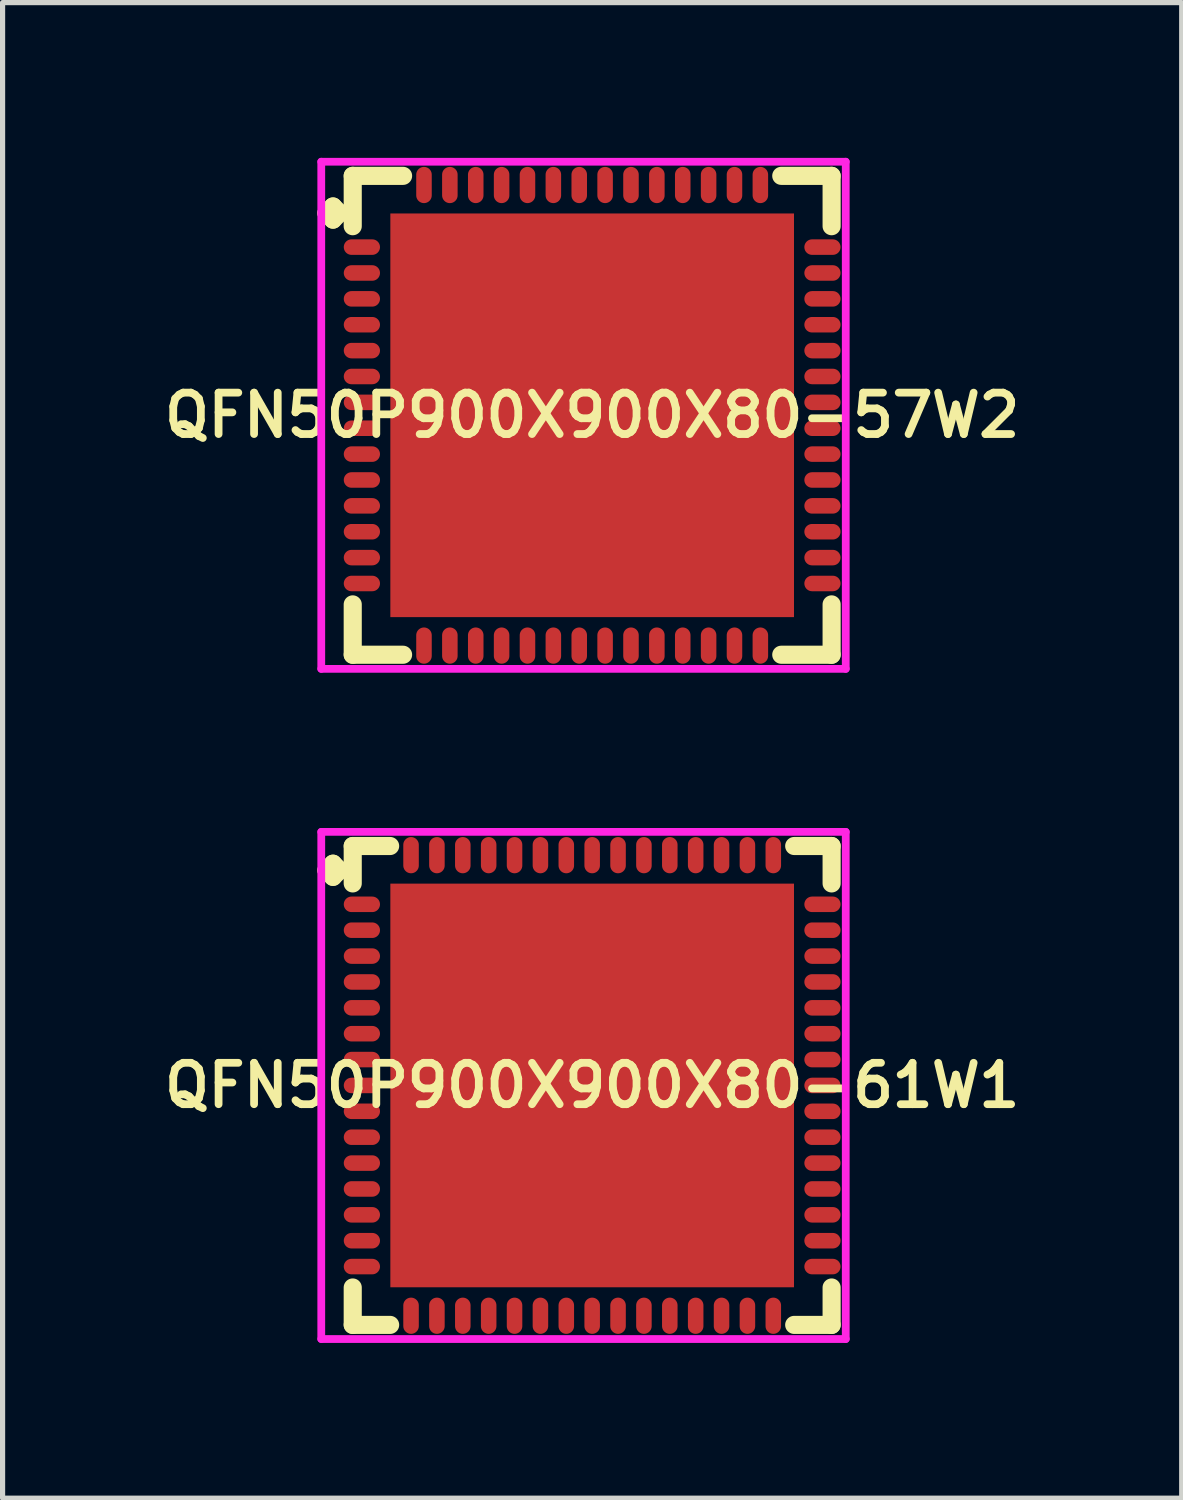
<source format=kicad_pcb>
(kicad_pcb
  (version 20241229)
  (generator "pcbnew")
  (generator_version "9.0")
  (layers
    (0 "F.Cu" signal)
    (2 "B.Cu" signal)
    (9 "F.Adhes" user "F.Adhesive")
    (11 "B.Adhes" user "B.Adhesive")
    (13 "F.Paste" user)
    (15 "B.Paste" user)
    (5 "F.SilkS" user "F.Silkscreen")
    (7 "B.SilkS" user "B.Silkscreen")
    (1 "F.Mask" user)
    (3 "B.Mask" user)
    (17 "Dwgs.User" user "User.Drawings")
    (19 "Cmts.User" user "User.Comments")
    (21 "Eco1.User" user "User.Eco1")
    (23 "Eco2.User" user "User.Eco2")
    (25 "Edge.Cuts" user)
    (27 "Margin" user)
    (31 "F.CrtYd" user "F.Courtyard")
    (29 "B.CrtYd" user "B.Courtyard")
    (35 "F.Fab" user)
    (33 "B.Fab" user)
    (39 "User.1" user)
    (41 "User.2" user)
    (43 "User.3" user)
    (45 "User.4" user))
  (footprint "QFN50P900X900X80-61W1"
    (layer "F.Cu")
    (at 8.393 17.925)
    (property "Reference" "QFN50P900X900X80-61W1" (at 0 0 0) (layer "F.SilkS") (effects (font (size 0.8 0.8) (thickness 0.15))))
    (attr smd)
    (fp_line (start -5.135 -4.158) (end -5.008 -4.285) (stroke (width 0.35) (type solid)) (layer "F.SilkS"))
    (fp_line (start -5.008 -4.285) (end -4.881 -4.158) (stroke (width 0.35) (type solid)) (layer "F.SilkS"))
    (fp_line (start -5.008 -4.031) (end -5.135 -4.158) (stroke (width 0.35) (type solid)) (layer "F.SilkS"))
    (fp_line (start -4.881 -4.158) (end -5.008 -4.031) (stroke (width 0.35) (type solid)) (layer "F.SilkS"))
    (fp_line (start -4.627 -4.627) (end -3.904 -4.627) (stroke (width 0.35) (type solid)) (layer "F.SilkS"))
    (fp_line (start -4.627 -3.904) (end -4.627 -4.627) (stroke (width 0.35) (type solid)) (layer "F.SilkS"))
    (fp_line (start -4.627 3.904) (end -4.627 4.627) (stroke (width 0.35) (type solid)) (layer "F.SilkS"))
    (fp_line (start -4.627 4.627) (end -3.904 4.627) (stroke (width 0.35) (type solid)) (layer "F.SilkS"))
    (fp_line (start 3.904 -4.627) (end 4.627 -4.627) (stroke (width 0.35) (type solid)) (layer "F.SilkS"))
    (fp_line (start 3.904 4.627) (end 4.627 4.627) (stroke (width 0.35) (type solid)) (layer "F.SilkS"))
    (fp_line (start 4.627 -4.627) (end 4.627 -3.904) (stroke (width 0.35) (type solid)) (layer "F.SilkS"))
    (fp_line (start 4.627 4.627) (end 4.627 3.904) (stroke (width 0.35) (type solid)) (layer "F.SilkS"))
    (fp_line (start -5.235 -4.9) (end 4.9 -4.9) (stroke (width 0.15) (type solid)) (layer "F.CrtYd"))
    (fp_line (start -5.235 4.9) (end -5.235 -4.9) (stroke (width 0.15) (type solid)) (layer "F.CrtYd"))
    (fp_line (start 4.9 -4.9) (end 4.9 4.9) (stroke (width 0.15) (type solid)) (layer "F.CrtYd"))
    (fp_line (start 4.9 4.9) (end -5.235 4.9) (stroke (width 0.15) (type solid)) (layer "F.CrtYd"))
    (pad "1" smd oval (at -4.45 -3.5) (size 0.7 0.3) (layers "F.Cu" "F.Mask" "F.Paste"))
    (pad "2" smd oval (at -4.45 -3) (size 0.7 0.3) (layers "F.Cu" "F.Mask" "F.Paste"))
    (pad "3" smd oval (at -4.45 -2.5) (size 0.7 0.3) (layers "F.Cu" "F.Mask" "F.Paste"))
    (pad "4" smd oval (at -4.45 -2) (size 0.7 0.3) (layers "F.Cu" "F.Mask" "F.Paste"))
    (pad "5" smd oval (at -4.45 -1.5) (size 0.7 0.3) (layers "F.Cu" "F.Mask" "F.Paste"))
    (pad "6" smd oval (at -4.45 -1) (size 0.7 0.3) (layers "F.Cu" "F.Mask" "F.Paste"))
    (pad "7" smd oval (at -4.45 -0.5) (size 0.7 0.3) (layers "F.Cu" "F.Mask" "F.Paste"))
    (pad "8" smd oval (at -4.45 0) (size 0.7 0.3) (layers "F.Cu" "F.Mask" "F.Paste"))
    (pad "9" smd oval (at -4.45 0.5) (size 0.7 0.3) (layers "F.Cu" "F.Mask" "F.Paste"))
    (pad "10" smd oval (at -4.45 1) (size 0.7 0.3) (layers "F.Cu" "F.Mask" "F.Paste"))
    (pad "11" smd oval (at -4.45 1.5) (size 0.7 0.3) (layers "F.Cu" "F.Mask" "F.Paste"))
    (pad "12" smd oval (at -4.45 2) (size 0.7 0.3) (layers "F.Cu" "F.Mask" "F.Paste"))
    (pad "13" smd oval (at -4.45 2.5) (size 0.7 0.3) (layers "F.Cu" "F.Mask" "F.Paste"))
    (pad "14" smd oval (at -4.45 3) (size 0.7 0.3) (layers "F.Cu" "F.Mask" "F.Paste"))
    (pad "15" smd oval (at -4.45 3.5) (size 0.7 0.3) (layers "F.Cu" "F.Mask" "F.Paste"))
    (pad "16" smd oval (at -3.5 4.45) (size 0.3 0.7) (layers "F.Cu" "F.Mask" "F.Paste"))
    (pad "17" smd oval (at -3 4.45) (size 0.3 0.7) (layers "F.Cu" "F.Mask" "F.Paste"))
    (pad "18" smd oval (at -2.5 4.45) (size 0.3 0.7) (layers "F.Cu" "F.Mask" "F.Paste"))
    (pad "19" smd oval (at -2 4.45) (size 0.3 0.7) (layers "F.Cu" "F.Mask" "F.Paste"))
    (pad "20" smd oval (at -1.5 4.45) (size 0.3 0.7) (layers "F.Cu" "F.Mask" "F.Paste"))
    (pad "21" smd oval (at -1 4.45) (size 0.3 0.7) (layers "F.Cu" "F.Mask" "F.Paste"))
    (pad "22" smd oval (at -0.5 4.45) (size 0.3 0.7) (layers "F.Cu" "F.Mask" "F.Paste"))
    (pad "23" smd oval (at 0 4.45) (size 0.3 0.7) (layers "F.Cu" "F.Mask" "F.Paste"))
    (pad "24" smd oval (at 0.5 4.45) (size 0.3 0.7) (layers "F.Cu" "F.Mask" "F.Paste"))
    (pad "25" smd oval (at 1 4.45) (size 0.3 0.7) (layers "F.Cu" "F.Mask" "F.Paste"))
    (pad "26" smd oval (at 1.5 4.45) (size 0.3 0.7) (layers "F.Cu" "F.Mask" "F.Paste"))
    (pad "27" smd oval (at 2 4.45) (size 0.3 0.7) (layers "F.Cu" "F.Mask" "F.Paste"))
    (pad "28" smd oval (at 2.5 4.45) (size 0.3 0.7) (layers "F.Cu" "F.Mask" "F.Paste"))
    (pad "29" smd oval (at 3 4.45) (size 0.3 0.7) (layers "F.Cu" "F.Mask" "F.Paste"))
    (pad "30" smd oval (at 3.5 4.45) (size 0.3 0.7) (layers "F.Cu" "F.Mask" "F.Paste"))
    (pad "31" smd oval (at 4.45 3.5) (size 0.7 0.3) (layers "F.Cu" "F.Mask" "F.Paste"))
    (pad "32" smd oval (at 4.45 3) (size 0.7 0.3) (layers "F.Cu" "F.Mask" "F.Paste"))
    (pad "33" smd oval (at 4.45 2.5) (size 0.7 0.3) (layers "F.Cu" "F.Mask" "F.Paste"))
    (pad "34" smd oval (at 4.45 2) (size 0.7 0.3) (layers "F.Cu" "F.Mask" "F.Paste"))
    (pad "35" smd oval (at 4.45 1.5) (size 0.7 0.3) (layers "F.Cu" "F.Mask" "F.Paste"))
    (pad "36" smd oval (at 4.45 1) (size 0.7 0.3) (layers "F.Cu" "F.Mask" "F.Paste"))
    (pad "37" smd oval (at 4.45 0.5) (size 0.7 0.3) (layers "F.Cu" "F.Mask" "F.Paste"))
    (pad "38" smd oval (at 4.45 0) (size 0.7 0.3) (layers "F.Cu" "F.Mask" "F.Paste"))
    (pad "39" smd oval (at 4.45 -0.5) (size 0.7 0.3) (layers "F.Cu" "F.Mask" "F.Paste"))
    (pad "40" smd oval (at 4.45 -1) (size 0.7 0.3) (layers "F.Cu" "F.Mask" "F.Paste"))
    (pad "41" smd oval (at 4.45 -1.5) (size 0.7 0.3) (layers "F.Cu" "F.Mask" "F.Paste"))
    (pad "42" smd oval (at 4.45 -2) (size 0.7 0.3) (layers "F.Cu" "F.Mask" "F.Paste"))
    (pad "43" smd oval (at 4.45 -2.5) (size 0.7 0.3) (layers "F.Cu" "F.Mask" "F.Paste"))
    (pad "44" smd oval (at 4.45 -3) (size 0.7 0.3) (layers "F.Cu" "F.Mask" "F.Paste"))
    (pad "45" smd oval (at 4.45 -3.5) (size 0.7 0.3) (layers "F.Cu" "F.Mask" "F.Paste"))
    (pad "46" smd oval (at 3.5 -4.45) (size 0.3 0.7) (layers "F.Cu" "F.Mask" "F.Paste"))
    (pad "47" smd oval (at 3 -4.45) (size 0.3 0.7) (layers "F.Cu" "F.Mask" "F.Paste"))
    (pad "48" smd oval (at 2.5 -4.45) (size 0.3 0.7) (layers "F.Cu" "F.Mask" "F.Paste"))
    (pad "49" smd oval (at 2 -4.45) (size 0.3 0.7) (layers "F.Cu" "F.Mask" "F.Paste"))
    (pad "50" smd oval (at 1.5 -4.45) (size 0.3 0.7) (layers "F.Cu" "F.Mask" "F.Paste"))
    (pad "51" smd oval (at 1 -4.45) (size 0.3 0.7) (layers "F.Cu" "F.Mask" "F.Paste"))
    (pad "52" smd oval (at 0.5 -4.45) (size 0.3 0.7) (layers "F.Cu" "F.Mask" "F.Paste"))
    (pad "53" smd oval (at 0 -4.45) (size 0.3 0.7) (layers "F.Cu" "F.Mask" "F.Paste"))
    (pad "54" smd oval (at -0.5 -4.45) (size 0.3 0.7) (layers "F.Cu" "F.Mask" "F.Paste"))
    (pad "55" smd oval (at -1 -4.45) (size 0.3 0.7) (layers "F.Cu" "F.Mask" "F.Paste"))
    (pad "56" smd oval (at -1.5 -4.45) (size 0.3 0.7) (layers "F.Cu" "F.Mask" "F.Paste"))
    (pad "57" smd oval (at -2 -4.45) (size 0.3 0.7) (layers "F.Cu" "F.Mask" "F.Paste"))
    (pad "58" smd oval (at -2.5 -4.45) (size 0.3 0.7) (layers "F.Cu" "F.Mask" "F.Paste"))
    (pad "59" smd oval (at -3 -4.45) (size 0.3 0.7) (layers "F.Cu" "F.Mask" "F.Paste"))
    (pad "60" smd oval (at -3.5 -4.45) (size 0.3 0.7) (layers "F.Cu" "F.Mask" "F.Paste"))
    (pad "61" smd rect (at 0 0) (size 7.8 7.8) (layers "F.Cu" "F.Mask" "F.Paste")))
  (footprint "QFN50P900X900X80-57W2"
    (layer "F.Cu")
    (at 8.393 4.975)
    (property "Reference" "QFN50P900X900X80-57W2" (at 0 0 0) (layer "F.SilkS") (effects (font (size 0.8 0.8) (thickness 0.15))))
    (attr smd)
    (fp_line (start -5.135 -3.908) (end -5.008 -4.035) (stroke (width 0.35) (type solid)) (layer "F.SilkS"))
    (fp_line (start -5.008 -4.035) (end -4.881 -3.908) (stroke (width 0.35) (type solid)) (layer "F.SilkS"))
    (fp_line (start -5.008 -3.781) (end -5.135 -3.908) (stroke (width 0.35) (type solid)) (layer "F.SilkS"))
    (fp_line (start -4.881 -3.908) (end -5.008 -3.781) (stroke (width 0.35) (type solid)) (layer "F.SilkS"))
    (fp_line (start -4.627 -4.627) (end -3.654 -4.627) (stroke (width 0.35) (type solid)) (layer "F.SilkS"))
    (fp_line (start -4.627 -3.654) (end -4.627 -4.627) (stroke (width 0.35) (type solid)) (layer "F.SilkS"))
    (fp_line (start -4.627 3.654) (end -4.627 4.627) (stroke (width 0.35) (type solid)) (layer "F.SilkS"))
    (fp_line (start -4.627 4.627) (end -3.654 4.627) (stroke (width 0.35) (type solid)) (layer "F.SilkS"))
    (fp_line (start 3.654 -4.627) (end 4.627 -4.627) (stroke (width 0.35) (type solid)) (layer "F.SilkS"))
    (fp_line (start 3.654 4.627) (end 4.627 4.627) (stroke (width 0.35) (type solid)) (layer "F.SilkS"))
    (fp_line (start 4.627 -4.627) (end 4.627 -3.654) (stroke (width 0.35) (type solid)) (layer "F.SilkS"))
    (fp_line (start 4.627 4.627) (end 4.627 3.654) (stroke (width 0.35) (type solid)) (layer "F.SilkS"))
    (fp_line (start -5.235 -4.9) (end 4.9 -4.9) (stroke (width 0.15) (type solid)) (layer "F.CrtYd"))
    (fp_line (start -5.235 4.9) (end -5.235 -4.9) (stroke (width 0.15) (type solid)) (layer "F.CrtYd"))
    (fp_line (start 4.9 -4.9) (end 4.9 4.9) (stroke (width 0.15) (type solid)) (layer "F.CrtYd"))
    (fp_line (start 4.9 4.9) (end -5.235 4.9) (stroke (width 0.15) (type solid)) (layer "F.CrtYd"))
    (pad "1" smd oval (at -4.45 -3.25) (size 0.7 0.3) (layers "F.Cu" "F.Mask" "F.Paste"))
    (pad "2" smd oval (at -4.45 -2.75) (size 0.7 0.3) (layers "F.Cu" "F.Mask" "F.Paste"))
    (pad "3" smd oval (at -4.45 -2.25) (size 0.7 0.3) (layers "F.Cu" "F.Mask" "F.Paste"))
    (pad "4" smd oval (at -4.45 -1.75) (size 0.7 0.3) (layers "F.Cu" "F.Mask" "F.Paste"))
    (pad "5" smd oval (at -4.45 -1.25) (size 0.7 0.3) (layers "F.Cu" "F.Mask" "F.Paste"))
    (pad "6" smd oval (at -4.45 -0.75) (size 0.7 0.3) (layers "F.Cu" "F.Mask" "F.Paste"))
    (pad "7" smd oval (at -4.45 -0.25) (size 0.7 0.3) (layers "F.Cu" "F.Mask" "F.Paste"))
    (pad "8" smd oval (at -4.45 0.25) (size 0.7 0.3) (layers "F.Cu" "F.Mask" "F.Paste"))
    (pad "9" smd oval (at -4.45 0.75) (size 0.7 0.3) (layers "F.Cu" "F.Mask" "F.Paste"))
    (pad "10" smd oval (at -4.45 1.25) (size 0.7 0.3) (layers "F.Cu" "F.Mask" "F.Paste"))
    (pad "11" smd oval (at -4.45 1.75) (size 0.7 0.3) (layers "F.Cu" "F.Mask" "F.Paste"))
    (pad "12" smd oval (at -4.45 2.25) (size 0.7 0.3) (layers "F.Cu" "F.Mask" "F.Paste"))
    (pad "13" smd oval (at -4.45 2.75) (size 0.7 0.3) (layers "F.Cu" "F.Mask" "F.Paste"))
    (pad "14" smd oval (at -4.45 3.25) (size 0.7 0.3) (layers "F.Cu" "F.Mask" "F.Paste"))
    (pad "15" smd oval (at -3.25 4.45) (size 0.3 0.7) (layers "F.Cu" "F.Mask" "F.Paste"))
    (pad "16" smd oval (at -2.75 4.45) (size 0.3 0.7) (layers "F.Cu" "F.Mask" "F.Paste"))
    (pad "17" smd oval (at -2.25 4.45) (size 0.3 0.7) (layers "F.Cu" "F.Mask" "F.Paste"))
    (pad "18" smd oval (at -1.75 4.45) (size 0.3 0.7) (layers "F.Cu" "F.Mask" "F.Paste"))
    (pad "19" smd oval (at -1.25 4.45) (size 0.3 0.7) (layers "F.Cu" "F.Mask" "F.Paste"))
    (pad "20" smd oval (at -0.75 4.45) (size 0.3 0.7) (layers "F.Cu" "F.Mask" "F.Paste"))
    (pad "21" smd oval (at -0.25 4.45) (size 0.3 0.7) (layers "F.Cu" "F.Mask" "F.Paste"))
    (pad "22" smd oval (at 0.25 4.45) (size 0.3 0.7) (layers "F.Cu" "F.Mask" "F.Paste"))
    (pad "23" smd oval (at 0.75 4.45) (size 0.3 0.7) (layers "F.Cu" "F.Mask" "F.Paste"))
    (pad "24" smd oval (at 1.25 4.45) (size 0.3 0.7) (layers "F.Cu" "F.Mask" "F.Paste"))
    (pad "25" smd oval (at 1.75 4.45) (size 0.3 0.7) (layers "F.Cu" "F.Mask" "F.Paste"))
    (pad "26" smd oval (at 2.25 4.45) (size 0.3 0.7) (layers "F.Cu" "F.Mask" "F.Paste"))
    (pad "27" smd oval (at 2.75 4.45) (size 0.3 0.7) (layers "F.Cu" "F.Mask" "F.Paste"))
    (pad "28" smd oval (at 3.25 4.45) (size 0.3 0.7) (layers "F.Cu" "F.Mask" "F.Paste"))
    (pad "29" smd oval (at 4.45 3.25) (size 0.7 0.3) (layers "F.Cu" "F.Mask" "F.Paste"))
    (pad "30" smd oval (at 4.45 2.75) (size 0.7 0.3) (layers "F.Cu" "F.Mask" "F.Paste"))
    (pad "31" smd oval (at 4.45 2.25) (size 0.7 0.3) (layers "F.Cu" "F.Mask" "F.Paste"))
    (pad "32" smd oval (at 4.45 1.75) (size 0.7 0.3) (layers "F.Cu" "F.Mask" "F.Paste"))
    (pad "33" smd oval (at 4.45 1.25) (size 0.7 0.3) (layers "F.Cu" "F.Mask" "F.Paste"))
    (pad "34" smd oval (at 4.45 0.75) (size 0.7 0.3) (layers "F.Cu" "F.Mask" "F.Paste"))
    (pad "35" smd oval (at 4.45 0.25) (size 0.7 0.3) (layers "F.Cu" "F.Mask" "F.Paste"))
    (pad "36" smd oval (at 4.45 -0.25) (size 0.7 0.3) (layers "F.Cu" "F.Mask" "F.Paste"))
    (pad "37" smd oval (at 4.45 -0.75) (size 0.7 0.3) (layers "F.Cu" "F.Mask" "F.Paste"))
    (pad "38" smd oval (at 4.45 -1.25) (size 0.7 0.3) (layers "F.Cu" "F.Mask" "F.Paste"))
    (pad "39" smd oval (at 4.45 -1.75) (size 0.7 0.3) (layers "F.Cu" "F.Mask" "F.Paste"))
    (pad "40" smd oval (at 4.45 -2.25) (size 0.7 0.3) (layers "F.Cu" "F.Mask" "F.Paste"))
    (pad "41" smd oval (at 4.45 -2.75) (size 0.7 0.3) (layers "F.Cu" "F.Mask" "F.Paste"))
    (pad "42" smd oval (at 4.45 -3.25) (size 0.7 0.3) (layers "F.Cu" "F.Mask" "F.Paste"))
    (pad "43" smd oval (at 3.25 -4.45) (size 0.3 0.7) (layers "F.Cu" "F.Mask" "F.Paste"))
    (pad "44" smd oval (at 2.75 -4.45) (size 0.3 0.7) (layers "F.Cu" "F.Mask" "F.Paste"))
    (pad "45" smd oval (at 2.25 -4.45) (size 0.3 0.7) (layers "F.Cu" "F.Mask" "F.Paste"))
    (pad "46" smd oval (at 1.75 -4.45) (size 0.3 0.7) (layers "F.Cu" "F.Mask" "F.Paste"))
    (pad "47" smd oval (at 1.25 -4.45) (size 0.3 0.7) (layers "F.Cu" "F.Mask" "F.Paste"))
    (pad "48" smd oval (at 0.75 -4.45) (size 0.3 0.7) (layers "F.Cu" "F.Mask" "F.Paste"))
    (pad "49" smd oval (at 0.25 -4.45) (size 0.3 0.7) (layers "F.Cu" "F.Mask" "F.Paste"))
    (pad "50" smd oval (at -0.25 -4.45) (size 0.3 0.7) (layers "F.Cu" "F.Mask" "F.Paste"))
    (pad "51" smd oval (at -0.75 -4.45) (size 0.3 0.7) (layers "F.Cu" "F.Mask" "F.Paste"))
    (pad "52" smd oval (at -1.25 -4.45) (size 0.3 0.7) (layers "F.Cu" "F.Mask" "F.Paste"))
    (pad "53" smd oval (at -1.75 -4.45) (size 0.3 0.7) (layers "F.Cu" "F.Mask" "F.Paste"))
    (pad "54" smd oval (at -2.25 -4.45) (size 0.3 0.7) (layers "F.Cu" "F.Mask" "F.Paste"))
    (pad "55" smd oval (at -2.75 -4.45) (size 0.3 0.7) (layers "F.Cu" "F.Mask" "F.Paste"))
    (pad "56" smd oval (at -3.25 -4.45) (size 0.3 0.7) (layers "F.Cu" "F.Mask" "F.Paste"))
    (pad "57" smd rect (at 0 0) (size 7.8 7.8) (layers "F.Cu" "F.Mask" "F.Paste")))
  (gr_rect
    (start -3 -3)
    (end 19.785 25.9)
    (stroke (width 0.1) (type default))
    (fill no)
    (layer "Edge.Cuts")))
</source>
